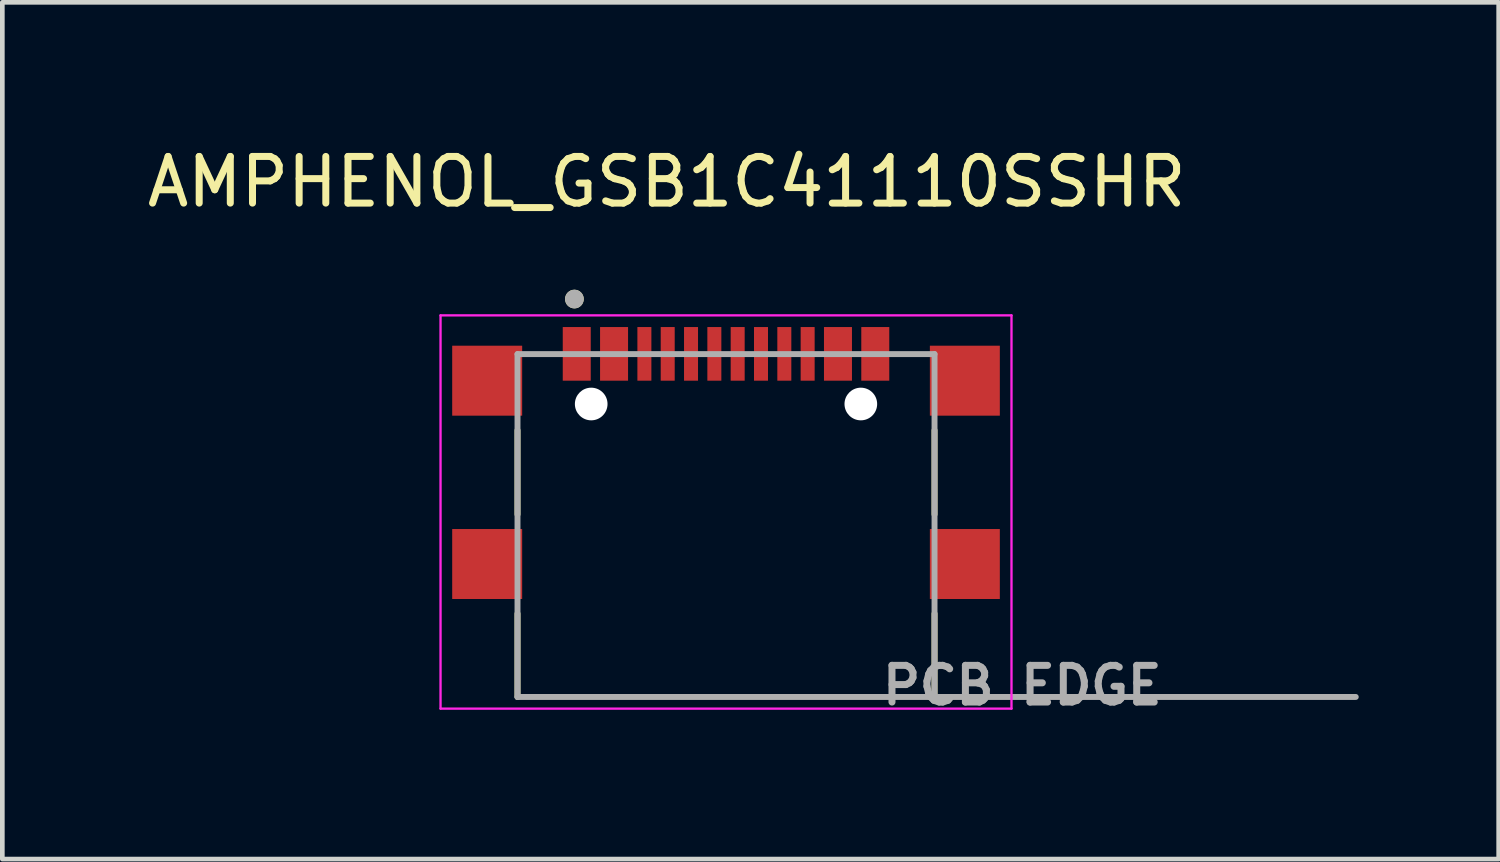
<source format=kicad_pcb>
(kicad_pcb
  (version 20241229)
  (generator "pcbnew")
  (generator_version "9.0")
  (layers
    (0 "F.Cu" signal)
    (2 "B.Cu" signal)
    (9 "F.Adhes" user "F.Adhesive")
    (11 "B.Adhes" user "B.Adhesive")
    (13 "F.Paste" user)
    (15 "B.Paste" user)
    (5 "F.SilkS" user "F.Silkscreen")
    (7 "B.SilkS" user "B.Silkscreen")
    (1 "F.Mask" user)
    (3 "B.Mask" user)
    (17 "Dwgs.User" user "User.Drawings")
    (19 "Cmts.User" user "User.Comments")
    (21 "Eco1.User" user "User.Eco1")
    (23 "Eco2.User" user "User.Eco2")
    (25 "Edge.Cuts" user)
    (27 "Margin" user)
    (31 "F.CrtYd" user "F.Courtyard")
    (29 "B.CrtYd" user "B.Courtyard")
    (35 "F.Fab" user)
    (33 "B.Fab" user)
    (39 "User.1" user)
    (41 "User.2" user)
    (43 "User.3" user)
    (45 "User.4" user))
  (footprint "AMPHENOL_GSB1C41110SSHR"
    (layer "F.Cu")
    (at 12.514 8.216)
    (property "Reference" "AMPHENOL_GSB1C41110SSHR" (at -1.27 -7.367 0) (layer "F.SilkS") (effects (font (size 1 1) (thickness 0.15))))
    (attr smd)
    (fp_poly (pts (xy -3.55 -4.305) (xy -2.85 -4.305) (xy -2.85 -3.055) (xy -3.55 -3.055)) (stroke (width 0.01) (type solid)) (fill yes) (layer "F.Mask"))
    (fp_poly (pts (xy -2.75 -4.305) (xy -2.05 -4.305) (xy -2.05 -3.055) (xy -2.75 -3.055)) (stroke (width 0.01) (type solid)) (fill yes) (layer "F.Mask"))
    (fp_poly (pts (xy -1.95 -4.305) (xy -1.55 -4.305) (xy -1.55 -3.055) (xy -1.95 -3.055)) (stroke (width 0.01) (type solid)) (fill yes) (layer "F.Mask"))
    (fp_poly (pts (xy -1.45 -4.305) (xy -1.05 -4.305) (xy -1.05 -3.055) (xy -1.45 -3.055)) (stroke (width 0.01) (type solid)) (fill yes) (layer "F.Mask"))
    (fp_poly (pts (xy -0.95 -4.305) (xy -0.55 -4.305) (xy -0.55 -3.055) (xy -0.95 -3.055)) (stroke (width 0.01) (type solid)) (fill yes) (layer "F.Mask"))
    (fp_poly (pts (xy -0.45 -4.305) (xy -0.05 -4.305) (xy -0.05 -3.055) (xy -0.45 -3.055)) (stroke (width 0.01) (type solid)) (fill yes) (layer "F.Mask"))
    (fp_poly (pts (xy 0.05 -4.305) (xy 0.45 -4.305) (xy 0.45 -3.055) (xy 0.05 -3.055)) (stroke (width 0.01) (type solid)) (fill yes) (layer "F.Mask"))
    (fp_poly (pts (xy 0.55 -4.305) (xy 0.95 -4.305) (xy 0.95 -3.055) (xy 0.55 -3.055)) (stroke (width 0.01) (type solid)) (fill yes) (layer "F.Mask"))
    (fp_poly (pts (xy 1.05 -4.305) (xy 1.45 -4.305) (xy 1.45 -3.055) (xy 1.05 -3.055)) (stroke (width 0.01) (type solid)) (fill yes) (layer "F.Mask"))
    (fp_poly (pts (xy 1.55 -4.305) (xy 1.95 -4.305) (xy 1.95 -3.055) (xy 1.55 -3.055)) (stroke (width 0.01) (type solid)) (fill yes) (layer "F.Mask"))
    (fp_poly (pts (xy 2.05 -4.305) (xy 2.75 -4.305) (xy 2.75 -3.055) (xy 2.05 -3.055)) (stroke (width 0.01) (type solid)) (fill yes) (layer "F.Mask"))
    (fp_poly (pts (xy 2.85 -4.305) (xy 3.55 -4.305) (xy 3.55 -3.055) (xy 2.85 -3.055)) (stroke (width 0.01) (type solid)) (fill yes) (layer "F.Mask"))
    (fp_line (start -4.47 -2.042) (end -4.47 -0.238) (stroke (width 0.127) (type solid)) (layer "F.SilkS"))
    (fp_line (start -4.47 3.675) (end -4.47 1.889) (stroke (width 0.127) (type solid)) (layer "F.SilkS"))
    (fp_line (start 4.47 -2.042) (end 4.47 -0.238) (stroke (width 0.127) (type solid)) (layer "F.SilkS"))
    (fp_line (start 4.47 3.675) (end 4.47 1.889) (stroke (width 0.127) (type solid)) (layer "F.SilkS"))
    (fp_circle (center -3.25 -4.855) (end -3.15 -4.855) (stroke (width 0.2) (type solid)) (fill no) (layer "F.SilkS"))
    (fp_line (start -6.12 -4.505) (end 6.12 -4.505) (stroke (width 0.05) (type solid)) (layer "F.CrtYd"))
    (fp_line (start -6.12 3.925) (end -6.12 -4.505) (stroke (width 0.05) (type solid)) (layer "F.CrtYd"))
    (fp_line (start 6.12 -4.505) (end 6.12 3.925) (stroke (width 0.05) (type solid)) (layer "F.CrtYd"))
    (fp_line (start 6.12 3.925) (end -6.12 3.925) (stroke (width 0.05) (type solid)) (layer "F.CrtYd"))
    (fp_line (start -4.47 -3.675) (end 4.47 -3.675) (stroke (width 0.127) (type solid)) (layer "F.Fab"))
    (fp_line (start -4.47 3.675) (end -4.47 -3.675) (stroke (width 0.127) (type solid)) (layer "F.Fab"))
    (fp_line (start 4.47 -3.675) (end 4.47 3.675) (stroke (width 0.127) (type solid)) (layer "F.Fab"))
    (fp_line (start 4.47 3.675) (end -4.47 3.675) (stroke (width 0.127) (type solid)) (layer "F.Fab"))
    (fp_line (start 4.47 3.675) (end 13.5 3.675) (stroke (width 0.127) (type solid)) (layer "F.Fab"))
    (fp_circle (center -3.25 -4.855) (end -3.15 -4.855) (stroke (width 0.2) (type solid)) (fill no) (layer "F.Fab"))
    (fp_text user "PCB EDGE" (at 6.35 3.428 0) (layer "F.Fab") (effects (font (size 0.787 0.787) (thickness 0.15))))
    (pad "" np_thru_hole circle (at -2.89 -2.605) (size 0.7 0.7) (drill 0.7) (layers "*.Cu" "*.Mask"))
    (pad "" np_thru_hole circle (at 2.89 -2.605) (size 0.7 0.7) (drill 0.7) (layers "*.Cu" "*.Mask"))
    (pad "A1_B12" smd rect (at -3.2 -3.68) (size 0.6 1.15) (layers "F.Cu" "F.Paste"))
    (pad "A4_B9" smd rect (at -2.4 -3.68) (size 0.6 1.15) (layers "F.Cu" "F.Paste"))
    (pad "A5" smd rect (at -1.25 -3.68) (size 0.3 1.15) (layers "F.Cu" "F.Paste"))
    (pad "A6" smd rect (at -0.25 -3.68) (size 0.3 1.15) (layers "F.Cu" "F.Paste"))
    (pad "A7" smd rect (at 0.25 -3.68) (size 0.3 1.15) (layers "F.Cu" "F.Paste"))
    (pad "A8" smd rect (at 1.25 -3.68) (size 0.3 1.15) (layers "F.Cu" "F.Paste"))
    (pad "B1_A12" smd rect (at 3.2 -3.68) (size 0.6 1.15) (layers "F.Cu" "F.Paste"))
    (pad "B4_A9" smd rect (at 2.4 -3.68) (size 0.6 1.15) (layers "F.Cu" "F.Paste"))
    (pad "B5" smd rect (at 1.75 -3.68) (size 0.3 1.15) (layers "F.Cu" "F.Paste"))
    (pad "B6" smd rect (at 0.75 -3.68) (size 0.3 1.15) (layers "F.Cu" "F.Paste"))
    (pad "B7" smd rect (at -0.75 -3.68) (size 0.3 1.15) (layers "F.Cu" "F.Paste"))
    (pad "B8" smd rect (at -1.75 -3.68) (size 0.3 1.15) (layers "F.Cu" "F.Paste"))
    (pad "SH1" smd rect (at -5.12 -3.105) (size 1.5 1.5) (layers "F.Cu" "F.Mask" "F.Paste"))
    (pad "SH2" smd rect (at 5.12 -3.105) (size 1.5 1.5) (layers "F.Cu" "F.Mask" "F.Paste"))
    (pad "SH3" smd rect (at -5.12 0.825) (size 1.5 1.5) (layers "F.Cu" "F.Mask" "F.Paste"))
    (pad "SH4" smd rect (at 5.12 0.825) (size 1.5 1.5) (layers "F.Cu" "F.Mask" "F.Paste")))
  (gr_rect
    (start -3 -3)
    (end 29.078 15.367)
    (stroke (width 0.1) (type default))
    (fill no)
    (layer "Edge.Cuts")))
</source>
